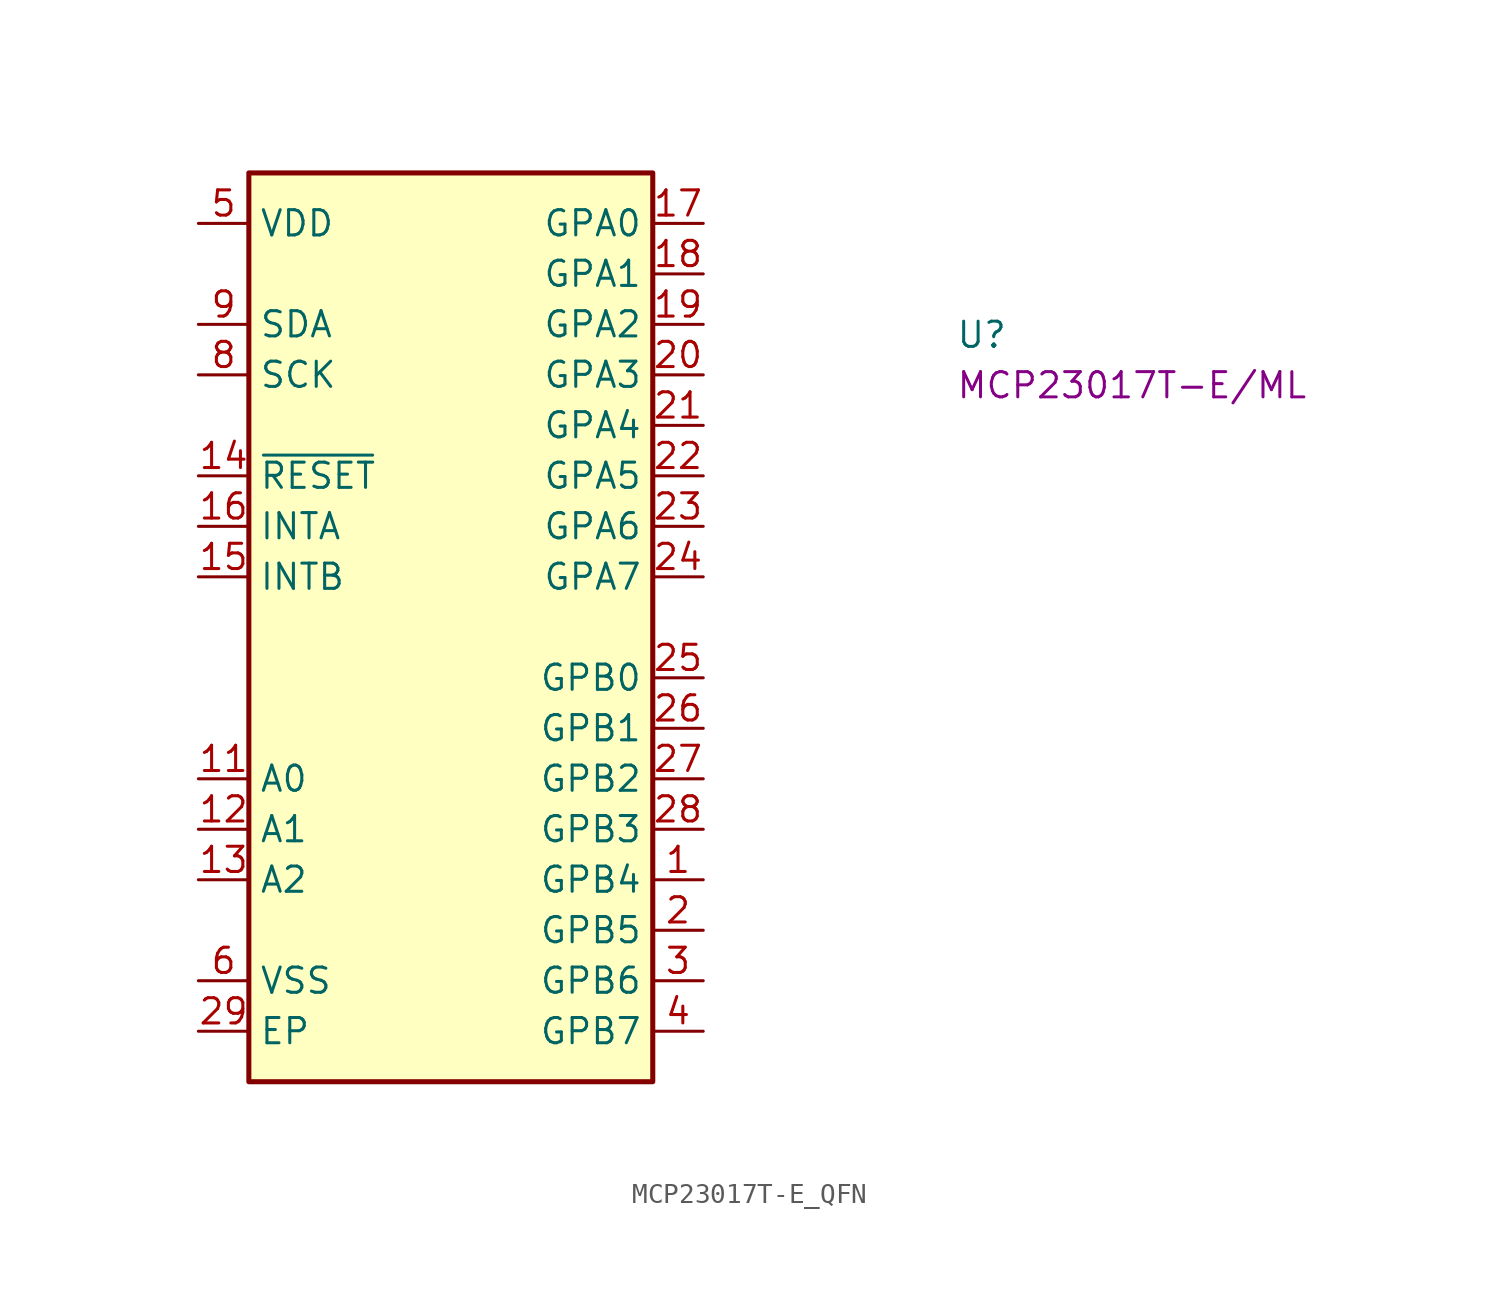
<source format=kicad_sym>
(kicad_symbol_lib
  (version 20220914)
  (generator kicad_symbol_editor)
  (symbol "MCP23017T-E_QFN"
    (property "Reference" "U"
      (at 38.1 -6.35 0)
      (effects (font (size 1.27 1.27) (thickness 0.15)) (justify left bottom)))
    (property "MPN" "MCP23017T-E/ML"
      (at 38.1 -8.89 0)
      (effects (font (size 1.27 1.27) (thickness 0.15)) (justify left bottom)))
    (symbol "MCP23017T-E_QFN_1_1"
      (rectangle (start 2.54 2.54) (end 22.86 -43.18) (stroke (width 0.254) (type default)) (fill (type background)))
      (pin bidirectional line (at 25.4 -33.02 180) (length 2.54) (name "GPB4" (effects (font (size 1.27 1.27)))) (number "1" (effects (font (size 1.27 1.27)))))
      (pin no_connect line (at 2.54 -24.13 0) (length 2.54) hide (name "NC" (effects (font (size 1.27 1.27)))) (number "10" (effects (font (size 1.27 1.27)))))
      (pin input line (at 0 -27.94 0) (length 2.54) (name "A0" (effects (font (size 1.27 1.27)))) (number "11" (effects (font (size 1.27 1.27)))))
      (pin input line (at 0 -30.48 0) (length 2.54) (name "A1" (effects (font (size 1.27 1.27)))) (number "12" (effects (font (size 1.27 1.27)))))
      (pin input line (at 0 -33.02 0) (length 2.54) (name "A2" (effects (font (size 1.27 1.27)))) (number "13" (effects (font (size 1.27 1.27)))))
      (pin input line (at 0 -12.7 0) (length 2.54) (name "~{RESET}" (effects (font (size 1.27 1.27)))) (number "14" (effects (font (size 1.27 1.27)))))
      (pin output line (at 0 -17.78 0) (length 2.54) (name "INTB" (effects (font (size 1.27 1.27)))) (number "15" (effects (font (size 1.27 1.27)))))
      (pin output line (at 0 -15.24 0) (length 2.54) (name "INTA" (effects (font (size 1.27 1.27)))) (number "16" (effects (font (size 1.27 1.27)))))
      (pin bidirectional line (at 25.4 0 180) (length 2.54) (name "GPA0" (effects (font (size 1.27 1.27)))) (number "17" (effects (font (size 1.27 1.27)))))
      (pin bidirectional line (at 25.4 -2.54 180) (length 2.54) (name "GPA1" (effects (font (size 1.27 1.27)))) (number "18" (effects (font (size 1.27 1.27)))))
      (pin bidirectional line (at 25.4 -5.08 180) (length 2.54) (name "GPA2" (effects (font (size 1.27 1.27)))) (number "19" (effects (font (size 1.27 1.27)))))
      (pin bidirectional line (at 25.4 -35.56 180) (length 2.54) (name "GPB5" (effects (font (size 1.27 1.27)))) (number "2" (effects (font (size 1.27 1.27)))))
      (pin bidirectional line (at 25.4 -7.62 180) (length 2.54) (name "GPA3" (effects (font (size 1.27 1.27)))) (number "20" (effects (font (size 1.27 1.27)))))
      (pin bidirectional line (at 25.4 -10.16 180) (length 2.54) (name "GPA4" (effects (font (size 1.27 1.27)))) (number "21" (effects (font (size 1.27 1.27)))))
      (pin bidirectional line (at 25.4 -12.7 180) (length 2.54) (name "GPA5" (effects (font (size 1.27 1.27)))) (number "22" (effects (font (size 1.27 1.27)))))
      (pin bidirectional line (at 25.4 -15.24 180) (length 2.54) (name "GPA6" (effects (font (size 1.27 1.27)))) (number "23" (effects (font (size 1.27 1.27)))))
      (pin output line (at 25.4 -17.78 180) (length 2.54) (name "GPA7" (effects (font (size 1.27 1.27)))) (number "24" (effects (font (size 1.27 1.27)))))
      (pin bidirectional line (at 25.4 -22.86 180) (length 2.54) (name "GPB0" (effects (font (size 1.27 1.27)))) (number "25" (effects (font (size 1.27 1.27)))))
      (pin bidirectional line (at 25.4 -25.4 180) (length 2.54) (name "GPB1" (effects (font (size 1.27 1.27)))) (number "26" (effects (font (size 1.27 1.27)))))
      (pin bidirectional line (at 25.4 -27.94 180) (length 2.54) (name "GPB2" (effects (font (size 1.27 1.27)))) (number "27" (effects (font (size 1.27 1.27)))))
      (pin bidirectional line (at 25.4 -30.48 180) (length 2.54) (name "GPB3" (effects (font (size 1.27 1.27)))) (number "28" (effects (font (size 1.27 1.27)))))
      (pin power_in line (at 0 -40.64 0) (length 2.54) (name "EP" (effects (font (size 1.27 1.27)))) (number "29" (effects (font (size 1.27 1.27)))))
      (pin bidirectional line (at 25.4 -38.1 180) (length 2.54) (name "GPB6" (effects (font (size 1.27 1.27)))) (number "3" (effects (font (size 1.27 1.27)))))
      (pin output line (at 25.4 -40.64 180) (length 2.54) (name "GPB7" (effects (font (size 1.27 1.27)))) (number "4" (effects (font (size 1.27 1.27)))))
      (pin power_in line (at 0 0 0) (length 2.54) (name "VDD" (effects (font (size 1.27 1.27)))) (number "5" (effects (font (size 1.27 1.27)))))
      (pin power_in line (at 0 -38.1 0) (length 2.54) (name "VSS" (effects (font (size 1.27 1.27)))) (number "6" (effects (font (size 1.27 1.27)))))
      (pin no_connect line (at 2.54 -21.59 0) (length 2.54) hide (name "NC" (effects (font (size 1.27 1.27)))) (number "7" (effects (font (size 1.27 1.27)))))
      (pin input line (at 0 -7.62 0) (length 2.54) (name "SCK" (effects (font (size 1.27 1.27)))) (number "8" (effects (font (size 1.27 1.27)))))
      (pin bidirectional line (at 0 -5.08 0) (length 2.54) (name "SDA" (effects (font (size 1.27 1.27)))) (number "9" (effects (font (size 1.27 1.27))))))))
</source>
